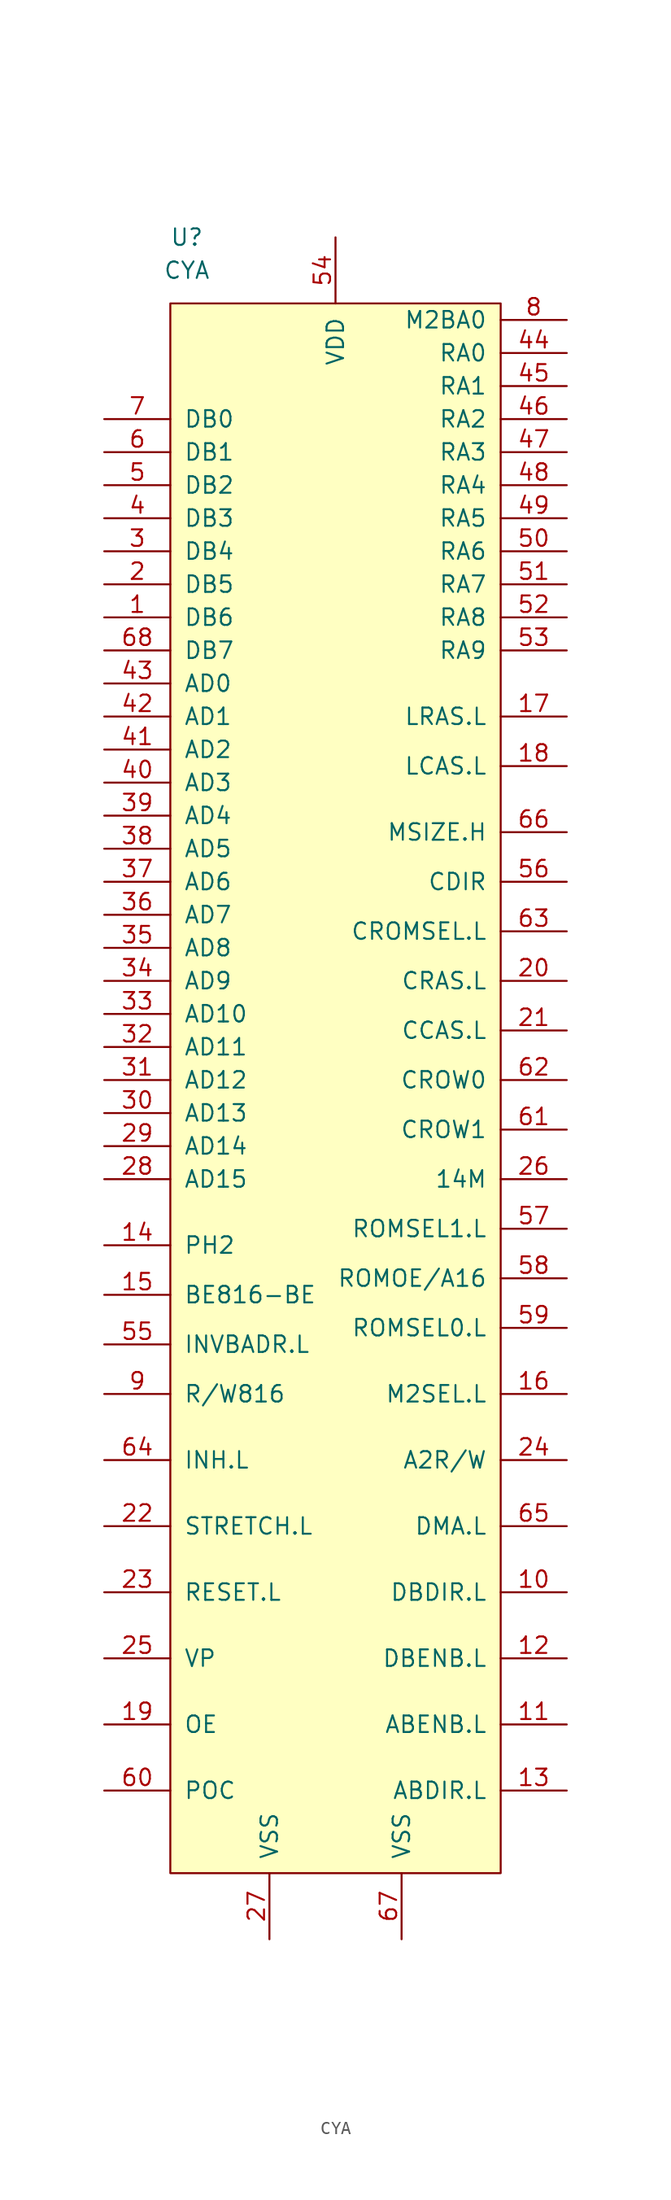
<source format=kicad_sym>
(kicad_symbol_lib
  (version 20211014)
  (generator kicad_symbol_editor)
  (symbol "CYA"
    (pin_names
      (offset 1.016))
    (property "Reference" "U"
      (at -11.43 62.23 0)
      (effects (font (size 1.27 1.27))))
    (property "Value" "CYA"
      (at -11.43 59.69 0)
      (effects (font (size 1.27 1.27))))
    (symbol "CYA_0_1"
      (rectangle (start -12.7 57.15) (end 12.7 -63.5) (stroke (width 0) (type default) (color 0 0 0 0)) (fill (type background))))
    (symbol "CYA_1_1"
      (pin bidirectional line (at -17.78 33.02 0) (length 5.08) (name "DB6" (effects (font (size 1.27 1.27)))) (number "1" (effects (font (size 1.27 1.27)))))
      (pin input line (at 17.78 -41.91 180) (length 5.08) (name "DBDIR.L" (effects (font (size 1.27 1.27)))) (number "10" (effects (font (size 1.27 1.27)))))
      (pin input line (at 17.78 -52.07 180) (length 5.08) (name "ABENB.L" (effects (font (size 1.27 1.27)))) (number "11" (effects (font (size 1.27 1.27)))))
      (pin input line (at 17.78 -46.99 180) (length 5.08) (name "DBENB.L" (effects (font (size 1.27 1.27)))) (number "12" (effects (font (size 1.27 1.27)))))
      (pin input line (at 17.78 -57.15 180) (length 5.08) (name "ABDIR.L" (effects (font (size 1.27 1.27)))) (number "13" (effects (font (size 1.27 1.27)))))
      (pin input line (at -17.78 -15.24 0) (length 5.08) (name "PH2" (effects (font (size 1.27 1.27)))) (number "14" (effects (font (size 1.27 1.27)))))
      (pin input line (at -17.78 -19.05 0) (length 5.08) (name "BE816-BE" (effects (font (size 1.27 1.27)))) (number "15" (effects (font (size 1.27 1.27)))))
      (pin output line (at 17.78 -26.67 180) (length 5.08) (name "M2SEL.L" (effects (font (size 1.27 1.27)))) (number "16" (effects (font (size 1.27 1.27)))))
      (pin output line (at 17.78 25.4 180) (length 5.08) (name "LRAS.L" (effects (font (size 1.27 1.27)))) (number "17" (effects (font (size 1.27 1.27)))))
      (pin output line (at 17.78 21.59 180) (length 5.08) (name "LCAS.L" (effects (font (size 1.27 1.27)))) (number "18" (effects (font (size 1.27 1.27)))))
      (pin input line (at -17.78 -52.07 0) (length 5.08) (name "OE" (effects (font (size 1.27 1.27)))) (number "19" (effects (font (size 1.27 1.27)))))
      (pin bidirectional line (at -17.78 35.56 0) (length 5.08) (name "DB5" (effects (font (size 1.27 1.27)))) (number "2" (effects (font (size 1.27 1.27)))))
      (pin output line (at 17.78 5.08 180) (length 5.08) (name "CRAS.L" (effects (font (size 1.27 1.27)))) (number "20" (effects (font (size 1.27 1.27)))))
      (pin output line (at 17.78 1.27 180) (length 5.08) (name "CCAS.L" (effects (font (size 1.27 1.27)))) (number "21" (effects (font (size 1.27 1.27)))))
      (pin input line (at -17.78 -36.83 0) (length 5.08) (name "STRETCH.L" (effects (font (size 1.27 1.27)))) (number "22" (effects (font (size 1.27 1.27)))))
      (pin input line (at -17.78 -41.91 0) (length 5.08) (name "RESET.L" (effects (font (size 1.27 1.27)))) (number "23" (effects (font (size 1.27 1.27)))))
      (pin output line (at 17.78 -31.75 180) (length 5.08) (name "A2R/W" (effects (font (size 1.27 1.27)))) (number "24" (effects (font (size 1.27 1.27)))))
      (pin input line (at -17.78 -46.99 0) (length 5.08) (name "VP" (effects (font (size 1.27 1.27)))) (number "25" (effects (font (size 1.27 1.27)))))
      (pin input line (at 17.78 -10.16 180) (length 5.08) (name "14M" (effects (font (size 1.27 1.27)))) (number "26" (effects (font (size 1.27 1.27)))))
      (pin power_in line (at -5.08 -68.58 90) (length 5.08) (name "VSS" (effects (font (size 1.27 1.27)))) (number "27" (effects (font (size 1.27 1.27)))))
      (pin input line (at -17.78 -10.16 0) (length 5.08) (name "AD15" (effects (font (size 1.27 1.27)))) (number "28" (effects (font (size 1.27 1.27)))))
      (pin input line (at -17.78 -7.62 0) (length 5.08) (name "AD14" (effects (font (size 1.27 1.27)))) (number "29" (effects (font (size 1.27 1.27)))))
      (pin bidirectional line (at -17.78 38.1 0) (length 5.08) (name "DB4" (effects (font (size 1.27 1.27)))) (number "3" (effects (font (size 1.27 1.27)))))
      (pin input line (at -17.78 -5.08 0) (length 5.08) (name "AD13" (effects (font (size 1.27 1.27)))) (number "30" (effects (font (size 1.27 1.27)))))
      (pin input line (at -17.78 -2.54 0) (length 5.08) (name "AD12" (effects (font (size 1.27 1.27)))) (number "31" (effects (font (size 1.27 1.27)))))
      (pin input line (at -17.78 0 0) (length 5.08) (name "AD11" (effects (font (size 1.27 1.27)))) (number "32" (effects (font (size 1.27 1.27)))))
      (pin input line (at -17.78 2.54 0) (length 5.08) (name "AD10" (effects (font (size 1.27 1.27)))) (number "33" (effects (font (size 1.27 1.27)))))
      (pin input line (at -17.78 5.08 0) (length 5.08) (name "AD9" (effects (font (size 1.27 1.27)))) (number "34" (effects (font (size 1.27 1.27)))))
      (pin input line (at -17.78 7.62 0) (length 5.08) (name "AD8" (effects (font (size 1.27 1.27)))) (number "35" (effects (font (size 1.27 1.27)))))
      (pin input line (at -17.78 10.16 0) (length 5.08) (name "AD7" (effects (font (size 1.27 1.27)))) (number "36" (effects (font (size 1.27 1.27)))))
      (pin input line (at -17.78 12.7 0) (length 5.08) (name "AD6" (effects (font (size 1.27 1.27)))) (number "37" (effects (font (size 1.27 1.27)))))
      (pin input line (at -17.78 15.24 0) (length 5.08) (name "AD5" (effects (font (size 1.27 1.27)))) (number "38" (effects (font (size 1.27 1.27)))))
      (pin input line (at -17.78 17.78 0) (length 5.08) (name "AD4" (effects (font (size 1.27 1.27)))) (number "39" (effects (font (size 1.27 1.27)))))
      (pin bidirectional line (at -17.78 40.64 0) (length 5.08) (name "DB3" (effects (font (size 1.27 1.27)))) (number "4" (effects (font (size 1.27 1.27)))))
      (pin input line (at -17.78 20.32 0) (length 5.08) (name "AD3" (effects (font (size 1.27 1.27)))) (number "40" (effects (font (size 1.27 1.27)))))
      (pin input line (at -17.78 22.86 0) (length 5.08) (name "AD2" (effects (font (size 1.27 1.27)))) (number "41" (effects (font (size 1.27 1.27)))))
      (pin input line (at -17.78 25.4 0) (length 5.08) (name "AD1" (effects (font (size 1.27 1.27)))) (number "42" (effects (font (size 1.27 1.27)))))
      (pin input line (at -17.78 27.94 0) (length 5.08) (name "AD0" (effects (font (size 1.27 1.27)))) (number "43" (effects (font (size 1.27 1.27)))))
      (pin input line (at 17.78 53.34 180) (length 5.08) (name "RA0" (effects (font (size 1.27 1.27)))) (number "44" (effects (font (size 1.27 1.27)))))
      (pin input line (at 17.78 50.8 180) (length 5.08) (name "RA1" (effects (font (size 1.27 1.27)))) (number "45" (effects (font (size 1.27 1.27)))))
      (pin input line (at 17.78 48.26 180) (length 5.08) (name "RA2" (effects (font (size 1.27 1.27)))) (number "46" (effects (font (size 1.27 1.27)))))
      (pin input line (at 17.78 45.72 180) (length 5.08) (name "RA3" (effects (font (size 1.27 1.27)))) (number "47" (effects (font (size 1.27 1.27)))))
      (pin input line (at 17.78 43.18 180) (length 5.08) (name "RA4" (effects (font (size 1.27 1.27)))) (number "48" (effects (font (size 1.27 1.27)))))
      (pin input line (at 17.78 40.64 180) (length 5.08) (name "RA5" (effects (font (size 1.27 1.27)))) (number "49" (effects (font (size 1.27 1.27)))))
      (pin bidirectional line (at -17.78 43.18 0) (length 5.08) (name "DB2" (effects (font (size 1.27 1.27)))) (number "5" (effects (font (size 1.27 1.27)))))
      (pin input line (at 17.78 38.1 180) (length 5.08) (name "RA6" (effects (font (size 1.27 1.27)))) (number "50" (effects (font (size 1.27 1.27)))))
      (pin input line (at 17.78 35.56 180) (length 5.08) (name "RA7" (effects (font (size 1.27 1.27)))) (number "51" (effects (font (size 1.27 1.27)))))
      (pin input line (at 17.78 33.02 180) (length 5.08) (name "RA8" (effects (font (size 1.27 1.27)))) (number "52" (effects (font (size 1.27 1.27)))))
      (pin input line (at 17.78 30.48 180) (length 5.08) (name "RA9" (effects (font (size 1.27 1.27)))) (number "53" (effects (font (size 1.27 1.27)))))
      (pin power_in line (at 0 62.23 270) (length 5.08) (name "VDD" (effects (font (size 1.27 1.27)))) (number "54" (effects (font (size 1.27 1.27)))))
      (pin input line (at -17.78 -22.86 0) (length 5.08) (name "INVBADR.L" (effects (font (size 1.27 1.27)))) (number "55" (effects (font (size 1.27 1.27)))))
      (pin output line (at 17.78 12.7 180) (length 5.08) (name "CDIR" (effects (font (size 1.27 1.27)))) (number "56" (effects (font (size 1.27 1.27)))))
      (pin output line (at 17.78 -13.97 180) (length 5.08) (name "ROMSEL1.L" (effects (font (size 1.27 1.27)))) (number "57" (effects (font (size 1.27 1.27)))))
      (pin output line (at 17.78 -17.78 180) (length 5.08) (name "ROMOE/A16" (effects (font (size 1.27 1.27)))) (number "58" (effects (font (size 1.27 1.27)))))
      (pin output line (at 17.78 -21.59 180) (length 5.08) (name "ROMSEL0.L" (effects (font (size 1.27 1.27)))) (number "59" (effects (font (size 1.27 1.27)))))
      (pin bidirectional line (at -17.78 45.72 0) (length 5.08) (name "DB1" (effects (font (size 1.27 1.27)))) (number "6" (effects (font (size 1.27 1.27)))))
      (pin input line (at -17.78 -57.15 0) (length 5.08) (name "POC" (effects (font (size 1.27 1.27)))) (number "60" (effects (font (size 1.27 1.27)))))
      (pin output line (at 17.78 -6.35 180) (length 5.08) (name "CROW1" (effects (font (size 1.27 1.27)))) (number "61" (effects (font (size 1.27 1.27)))))
      (pin output line (at 17.78 -2.54 180) (length 5.08) (name "CROW0" (effects (font (size 1.27 1.27)))) (number "62" (effects (font (size 1.27 1.27)))))
      (pin output line (at 17.78 8.89 180) (length 5.08) (name "CROMSEL.L" (effects (font (size 1.27 1.27)))) (number "63" (effects (font (size 1.27 1.27)))))
      (pin input line (at -17.78 -31.75 0) (length 5.08) (name "INH.L" (effects (font (size 1.27 1.27)))) (number "64" (effects (font (size 1.27 1.27)))))
      (pin input line (at 17.78 -36.83 180) (length 5.08) (name "DMA.L" (effects (font (size 1.27 1.27)))) (number "65" (effects (font (size 1.27 1.27)))))
      (pin output line (at 17.78 16.51 180) (length 5.08) (name "MSIZE.H" (effects (font (size 1.27 1.27)))) (number "66" (effects (font (size 1.27 1.27)))))
      (pin power_in line (at 5.08 -68.58 90) (length 5.08) (name "VSS" (effects (font (size 1.27 1.27)))) (number "67" (effects (font (size 1.27 1.27)))))
      (pin bidirectional line (at -17.78 30.48 0) (length 5.08) (name "DB7" (effects (font (size 1.27 1.27)))) (number "68" (effects (font (size 1.27 1.27)))))
      (pin bidirectional line (at -17.78 48.26 0) (length 5.08) (name "DB0" (effects (font (size 1.27 1.27)))) (number "7" (effects (font (size 1.27 1.27)))))
      (pin input line (at 17.78 55.88 180) (length 5.08) (name "M2BA0" (effects (font (size 1.27 1.27)))) (number "8" (effects (font (size 1.27 1.27)))))
      (pin input line (at -17.78 -26.67 0) (length 5.08) (name "R/W816" (effects (font (size 1.27 1.27)))) (number "9" (effects (font (size 1.27 1.27))))))))
</source>
